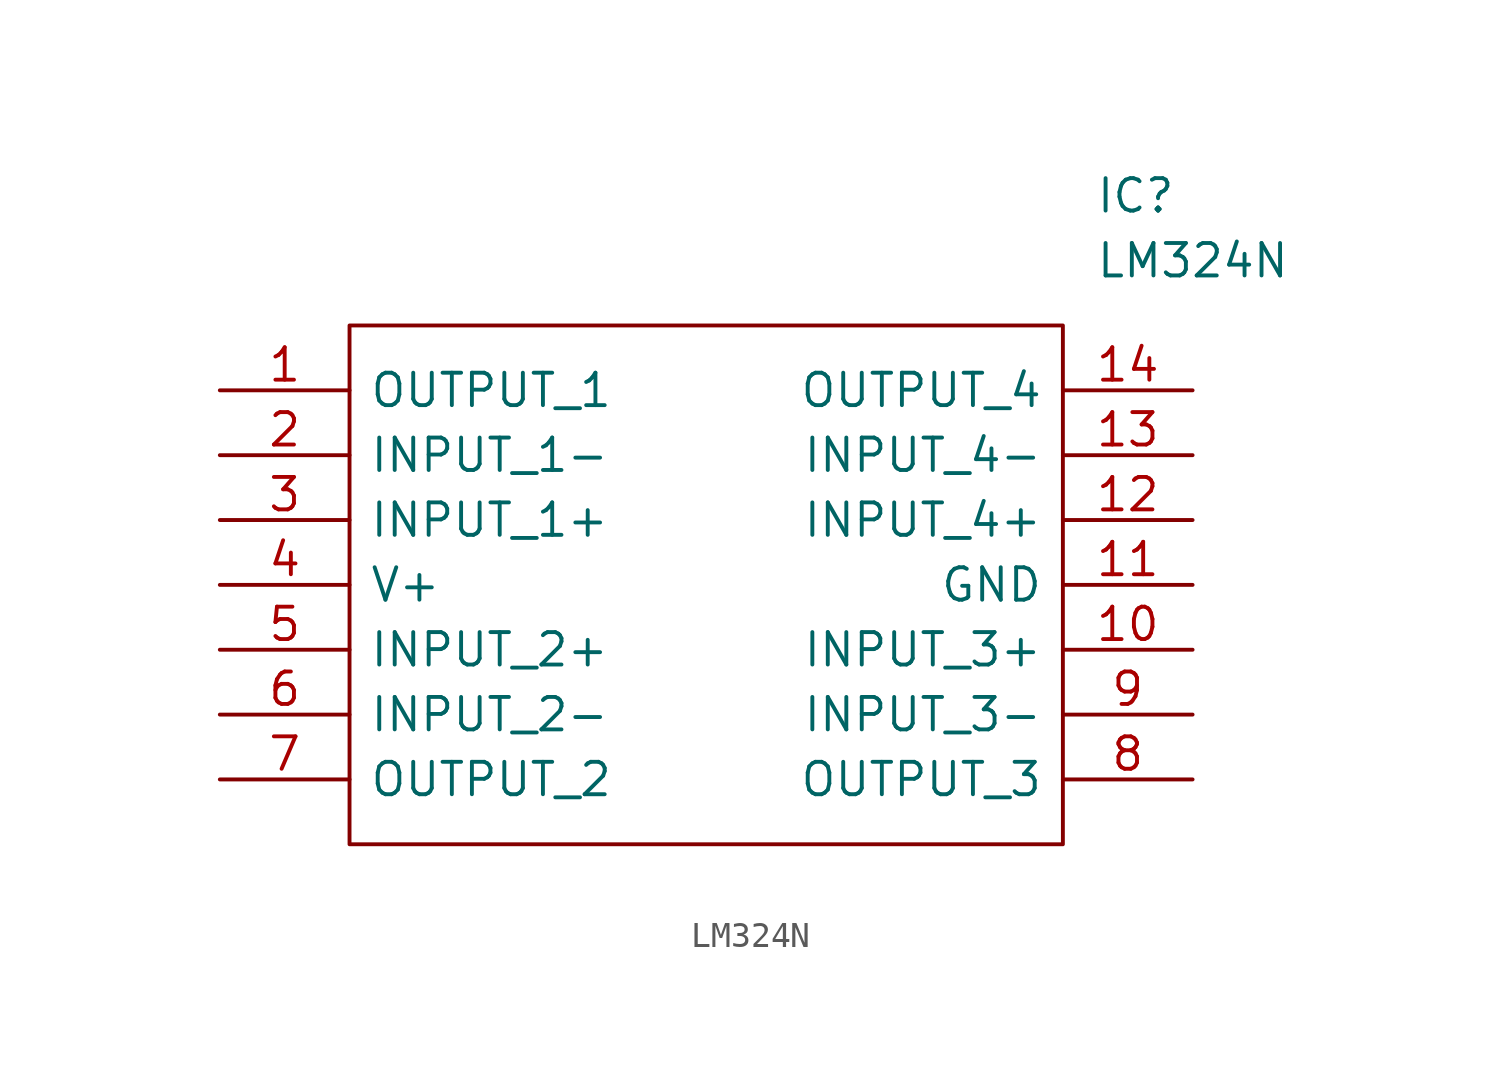
<source format=kicad_sym>
(kicad_symbol_lib
  (version 20211014)
  (generator kicad_symbol_editor)
  (symbol "LM324N"
    (pin_names
      (offset 0.762))
    (property "Reference" "IC"
      (at 34.29 7.62 0)
      (effects (font (size 1.27 1.27)) (justify left)))
    (property "Value" "LM324N"
      (at 34.29 5.08 0)
      (effects (font (size 1.27 1.27)) (justify left)))
    (symbol "LM324N_0_0"
      (pin passive line (at 0 0 0) (length 5.08) (name "OUTPUT_1" (effects (font (size 1.27 1.27)))) (number "1" (effects (font (size 1.27 1.27)))))
      (pin passive line (at 38.1 -10.16 180) (length 5.08) (name "INPUT_3+" (effects (font (size 1.27 1.27)))) (number "10" (effects (font (size 1.27 1.27)))))
      (pin passive line (at 38.1 -7.62 180) (length 5.08) (name "GND" (effects (font (size 1.27 1.27)))) (number "11" (effects (font (size 1.27 1.27)))))
      (pin passive line (at 38.1 -5.08 180) (length 5.08) (name "INPUT_4+" (effects (font (size 1.27 1.27)))) (number "12" (effects (font (size 1.27 1.27)))))
      (pin passive line (at 38.1 -2.54 180) (length 5.08) (name "INPUT_4-" (effects (font (size 1.27 1.27)))) (number "13" (effects (font (size 1.27 1.27)))))
      (pin passive line (at 38.1 0 180) (length 5.08) (name "OUTPUT_4" (effects (font (size 1.27 1.27)))) (number "14" (effects (font (size 1.27 1.27)))))
      (pin passive line (at 0 -2.54 0) (length 5.08) (name "INPUT_1-" (effects (font (size 1.27 1.27)))) (number "2" (effects (font (size 1.27 1.27)))))
      (pin passive line (at 0 -5.08 0) (length 5.08) (name "INPUT_1+" (effects (font (size 1.27 1.27)))) (number "3" (effects (font (size 1.27 1.27)))))
      (pin passive line (at 0 -7.62 0) (length 5.08) (name "V+" (effects (font (size 1.27 1.27)))) (number "4" (effects (font (size 1.27 1.27)))))
      (pin passive line (at 0 -10.16 0) (length 5.08) (name "INPUT_2+" (effects (font (size 1.27 1.27)))) (number "5" (effects (font (size 1.27 1.27)))))
      (pin passive line (at 0 -12.7 0) (length 5.08) (name "INPUT_2-" (effects (font (size 1.27 1.27)))) (number "6" (effects (font (size 1.27 1.27)))))
      (pin passive line (at 0 -15.24 0) (length 5.08) (name "OUTPUT_2" (effects (font (size 1.27 1.27)))) (number "7" (effects (font (size 1.27 1.27)))))
      (pin passive line (at 38.1 -15.24 180) (length 5.08) (name "OUTPUT_3" (effects (font (size 1.27 1.27)))) (number "8" (effects (font (size 1.27 1.27)))))
      (pin passive line (at 38.1 -12.7 180) (length 5.08) (name "INPUT_3-" (effects (font (size 1.27 1.27)))) (number "9" (effects (font (size 1.27 1.27))))))
    (symbol "LM324N_0_1"
      (polyline (pts (xy 5.08 2.54) (xy 33.02 2.54) (xy 33.02 -17.78) (xy 5.08 -17.78) (xy 5.08 2.54)) (stroke (width 0.152) (type default) (color 0 0 0 0)) (fill (type none))))))
</source>
